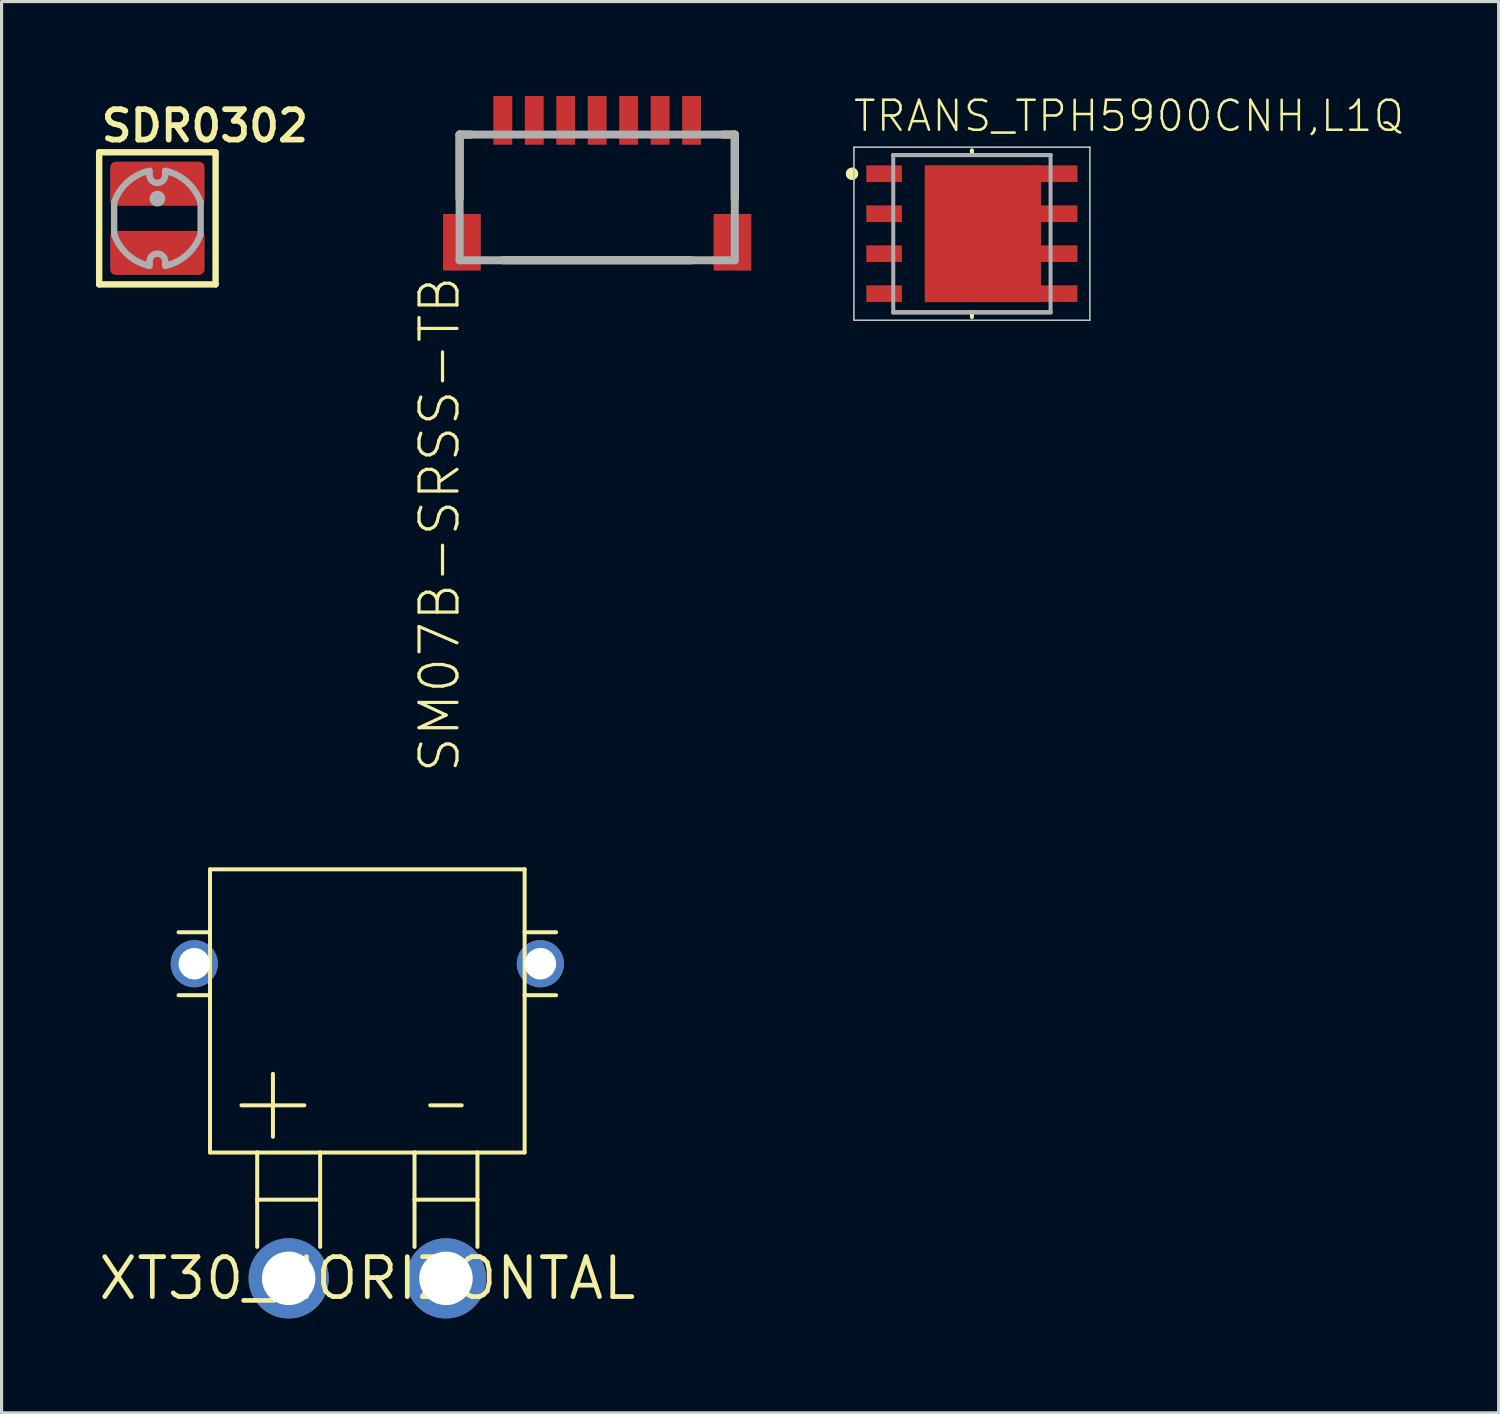
<source format=kicad_pcb>
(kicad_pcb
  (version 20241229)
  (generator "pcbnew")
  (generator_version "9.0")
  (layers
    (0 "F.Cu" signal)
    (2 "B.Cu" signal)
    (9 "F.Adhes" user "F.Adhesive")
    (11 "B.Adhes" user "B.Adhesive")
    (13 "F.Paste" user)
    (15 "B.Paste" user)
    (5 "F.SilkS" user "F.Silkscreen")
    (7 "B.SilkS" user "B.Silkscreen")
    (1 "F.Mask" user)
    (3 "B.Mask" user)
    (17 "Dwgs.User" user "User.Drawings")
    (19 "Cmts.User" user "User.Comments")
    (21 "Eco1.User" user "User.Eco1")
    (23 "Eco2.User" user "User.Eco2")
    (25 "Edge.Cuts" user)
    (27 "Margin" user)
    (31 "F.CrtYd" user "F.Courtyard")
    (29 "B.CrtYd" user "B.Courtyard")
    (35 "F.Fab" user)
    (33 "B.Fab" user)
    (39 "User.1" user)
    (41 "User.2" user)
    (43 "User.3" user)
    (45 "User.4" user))
  (footprint "SDR0302"
    (layer "F.Cu")
    (at 1.952 3.889)
    (property "Reference" "SDR0302" (at -1.875 -2.375 0) (layer "F.SilkS") (effects (font (size 0.965 0.965) (thickness 0.183)) (justify left bottom)))
    (attr through_hole)
    (fp_line (start -1.85 -2.1) (end 1.85 -2.1) (stroke (width 0.203) (type solid)) (layer "F.SilkS"))
    (fp_line (start -1.85 2.1) (end -1.85 -2.1) (stroke (width 0.203) (type solid)) (layer "F.SilkS"))
    (fp_line (start 1.85 -2.1) (end 1.85 2.1) (stroke (width 0.203) (type solid)) (layer "F.SilkS"))
    (fp_line (start 1.85 2.1) (end -1.85 2.1) (stroke (width 0.203) (type solid)) (layer "F.SilkS"))
    (fp_line (start -1.375 -0.5) (end -1.375 0.5) (stroke (width 0.203) (type solid)) (layer "F.Fab"))
    (fp_line (start -0.25 -1.5) (end -0.25 -1.375) (stroke (width 0.203) (type solid)) (layer "F.Fab"))
    (fp_line (start -0.25 1.5) (end -0.25 1.375) (stroke (width 0.203) (type solid)) (layer "F.Fab"))
    (fp_line (start 0.25 -1.375) (end 0.25 -1.5) (stroke (width 0.203) (type solid)) (layer "F.Fab"))
    (fp_line (start 0.25 1.375) (end 0.25 1.5) (stroke (width 0.203) (type solid)) (layer "F.Fab"))
    (fp_line (start 1.375 -0.5) (end 1.375 0.5) (stroke (width 0.203) (type solid)) (layer "F.Fab"))
    (fp_arc (start -1.375001 -0.5) (mid -0.945119 -1.153604) (end -0.25 -1.5125) (stroke (width 0.2032) (type solid)) (layer "F.Fab"))
    (fp_arc (start -0.25 1.375) (mid 0 1.125) (end 0.25 1.375) (stroke (width 0.2032) (type solid)) (layer "F.Fab"))
    (fp_arc (start -0.25 1.5125) (mid -0.945119 1.153604) (end -1.375001 0.5) (stroke (width 0.2032) (type solid)) (layer "F.Fab"))
    (fp_arc (start 0.25 -1.5125) (mid 0.945119 -1.153604) (end 1.375001 -0.5) (stroke (width 0.2032) (type solid)) (layer "F.Fab"))
    (fp_arc (start 0.25 -1.375) (mid 0 -1.125) (end -0.25 -1.375) (stroke (width 0.2032) (type solid)) (layer "F.Fab"))
    (fp_arc (start 1.375001 0.5) (mid 0.945119 1.153604) (end 0.25 1.5125) (stroke (width 0.2032) (type solid)) (layer "F.Fab"))
    (fp_circle (center 0 -0.625) (end 0.25 -0.625) (stroke (width 0) (type solid)) (fill yes) (layer "F.Fab"))
    (pad "1" smd roundrect (at 0 -1.1) (size 3 1.4) (layers "F.Cu" "F.Mask" "F.Paste") (roundrect_rratio 0.125))
    (pad "2" smd roundrect (at 0 1.1) (size 3 1.4) (layers "F.Cu" "F.Mask" "F.Paste") (roundrect_rratio 0.125)))
  (footprint "TRANS_TPH5900CNH,L1Q"
    (layer "F.Cu")
    (at 27.841 4.378)
    (property "Reference" "TRANS_TPH5900CNH,L1Q" (at -3.821 -3.184 0) (layer "F.SilkS") (effects (font (size 0.953 0.953) (thickness 0.08)) (justify left bottom)))
    (attr through_hole)
    (fp_line (start 0 -2.5) (end -2.5 -2.5) (stroke (width 0.127) (type solid)) (layer "F.SilkS"))
    (fp_line (start 0 -2.5) (end 0 -2.65) (stroke (width 0.127) (type solid)) (layer "F.SilkS"))
    (fp_line (start 0 2.5) (end -2.5 2.5) (stroke (width 0.127) (type solid)) (layer "F.SilkS"))
    (fp_line (start 0 2.5) (end 0 2.65) (stroke (width 0.127) (type solid)) (layer "F.SilkS"))
    (fp_line (start 2.5 -2.5) (end 0 -2.5) (stroke (width 0.127) (type solid)) (layer "F.SilkS"))
    (fp_line (start 2.5 2.5) (end 0 2.5) (stroke (width 0.127) (type solid)) (layer "F.SilkS"))
    (fp_circle (center -3.81 -1.905) (end -3.71 -1.905) (stroke (width 0.2) (type solid)) (fill no) (layer "F.SilkS"))
    (fp_poly (pts (xy -0.838 -1.48) (xy -0.838 1.483) (xy 1.536 1.483) (xy 1.536 -1.48)) (stroke (width 0) (type solid)) (fill yes) (layer "F.Paste"))
    (fp_line (start -3.75 -2.75) (end -3.75 2.75) (stroke (width 0.05) (type solid)) (layer "Dwgs.User"))
    (fp_line (start -3.75 2.75) (end 3.75 2.75) (stroke (width 0.05) (type solid)) (layer "Dwgs.User"))
    (fp_line (start 3.75 -2.75) (end -3.75 -2.75) (stroke (width 0.05) (type solid)) (layer "Dwgs.User"))
    (fp_line (start 3.75 2.75) (end 3.75 -2.75) (stroke (width 0.05) (type solid)) (layer "Dwgs.User"))
    (fp_line (start -2.5 -2.5) (end -2.5 2.5) (stroke (width 0.127) (type solid)) (layer "F.Fab"))
    (fp_line (start -2.5 2.5) (end 2.5 2.5) (stroke (width 0.127) (type solid)) (layer "F.Fab"))
    (fp_line (start 2.5 -2.5) (end -2.5 -2.5) (stroke (width 0.127) (type solid)) (layer "F.Fab"))
    (fp_line (start 2.5 2.5) (end 2.5 -2.5) (stroke (width 0.127) (type solid)) (layer "F.Fab"))
    (pad "1" smd rect (at -2.79 -1.905) (size 1.13 0.53) (layers "F.Cu" "F.Mask" "F.Paste"))
    (pad "2" smd rect (at -2.79 -0.635) (size 1.13 0.53) (layers "F.Cu" "F.Mask" "F.Paste"))
    (pad "3" smd rect (at -2.79 0.635) (size 1.13 0.53) (layers "F.Cu" "F.Mask" "F.Paste"))
    (pad "4" smd rect (at -2.79 1.905) (size 1.13 0.53) (layers "F.Cu" "F.Mask" "F.Paste"))
    (pad "5" smd rect (at 2.69 1.905) (size 1.33 0.53) (layers "F.Cu" "F.Mask" "F.Paste"))
    (pad "6" smd rect (at 2.69 0.635) (size 1.33 0.53) (layers "F.Cu" "F.Mask" "F.Paste"))
    (pad "7" smd rect (at 2.69 -0.635) (size 1.33 0.53) (layers "F.Cu" "F.Mask" "F.Paste"))
    (pad "8" smd rect (at 2.69 -1.905) (size 1.33 0.53) (layers "F.Cu" "F.Mask" "F.Paste"))
    (pad "EP" smd rect (at 0.35 0) (size 3.7 4.35) (layers "F.Cu" "F.Mask")))
  (footprint "SM07B-SRSS-TB"
    (layer "F.Cu")
    (at 15.931 3.75)
    (property "Reference" "SM07B-SRSS-TB" (at -5.715 1.905 90) (layer "F.SilkS") (effects (font (size 1.206 1.206) (thickness 0.102)) (justify right top)))
    (attr through_hole)
    (fp_line (start -4.373 -2.523) (end -4 -2.523) (stroke (width 0.254) (type solid)) (layer "F.SilkS"))
    (fp_line (start -4.373 -0.5) (end -4.373 -2.523) (stroke (width 0.254) (type solid)) (layer "F.SilkS"))
    (fp_line (start -3 1.473) (end 3 1.473) (stroke (width 0.254) (type solid)) (layer "F.SilkS"))
    (fp_line (start 4.373 -2.523) (end 4 -2.523) (stroke (width 0.254) (type solid)) (layer "F.SilkS"))
    (fp_line (start 4.373 -0.5) (end 4.373 -2.523) (stroke (width 0.254) (type solid)) (layer "F.SilkS"))
    (fp_line (start -4.373 -2.523) (end 4.373 -2.523) (stroke (width 0.254) (type solid)) (layer "F.Fab"))
    (fp_line (start -4.373 1.473) (end -4.373 -2.523) (stroke (width 0.254) (type solid)) (layer "F.Fab"))
    (fp_line (start 4.373 -2.523) (end 4.373 1.473) (stroke (width 0.254) (type solid)) (layer "F.Fab"))
    (fp_line (start 4.373 1.473) (end -4.373 1.473) (stroke (width 0.254) (type solid)) (layer "F.Fab"))
    (pad "1" smd rect (at -3 -2.975) (size 0.6 1.55) (layers "F.Cu" "F.Mask" "F.Paste"))
    (pad "2" smd rect (at -2 -2.975) (size 0.6 1.55) (layers "F.Cu" "F.Mask" "F.Paste"))
    (pad "3" smd rect (at -1 -2.975) (size 0.6 1.55) (layers "F.Cu" "F.Mask" "F.Paste"))
    (pad "4" smd rect (at 0 -2.975) (size 0.6 1.55) (layers "F.Cu" "F.Mask" "F.Paste"))
    (pad "5" smd rect (at 1 -2.975) (size 0.6 1.55) (layers "F.Cu" "F.Mask" "F.Paste"))
    (pad "6" smd rect (at 2 -2.975) (size 0.6 1.55) (layers "F.Cu" "F.Mask" "F.Paste"))
    (pad "7" smd rect (at 3 -2.975) (size 0.6 1.55) (layers "F.Cu" "F.Mask" "F.Paste"))
    (pad "FIT@1" smd rect (at -4.3 0.9) (size 1.2 1.8) (layers "F.Cu" "F.Mask" "F.Paste"))
    (pad "FIT@2" smd rect (at 4.3 0.9) (size 1.2 1.8) (layers "F.Cu" "F.Mask" "F.Paste")))
  (footprint "XT30_HORIZONTAL"
    (layer "F.Cu")
    (at 8.625 37.581)
    (property "Reference" "XT30_HORIZONTAL" (at 0 0 0) (layer "F.SilkS") (effects (font (size 1.27 1.27) (thickness 0.15))))
    (attr through_hole)
    (fp_line (start -5 -13) (end -5 -11) (stroke (width 0.127) (type solid)) (layer "F.SilkS"))
    (fp_line (start -5 -11) (end -6 -11) (stroke (width 0.127) (type solid)) (layer "F.SilkS"))
    (fp_line (start -5 -11) (end -5 -9) (stroke (width 0.127) (type solid)) (layer "F.SilkS"))
    (fp_line (start -5 -9) (end -6 -9) (stroke (width 0.127) (type solid)) (layer "F.SilkS"))
    (fp_line (start -5 -9) (end -5 -4) (stroke (width 0.127) (type solid)) (layer "F.SilkS"))
    (fp_line (start -5 -4) (end -3.5 -4) (stroke (width 0.127) (type solid)) (layer "F.SilkS"))
    (fp_line (start -4 -5.5) (end -2 -5.5) (stroke (width 0.127) (type solid)) (layer "F.SilkS"))
    (fp_line (start -3.5 -4) (end -3.5 -2.5) (stroke (width 0.127) (type solid)) (layer "F.SilkS"))
    (fp_line (start -3.5 -4) (end -1.5 -4) (stroke (width 0.127) (type solid)) (layer "F.SilkS"))
    (fp_line (start -3.5 -2.5) (end -3.5 -1) (stroke (width 0.127) (type solid)) (layer "F.SilkS"))
    (fp_line (start -3.5 -2.5) (end -1.5 -2.5) (stroke (width 0.127) (type solid)) (layer "F.SilkS"))
    (fp_line (start -3 -6.5) (end -3 -4.5) (stroke (width 0.127) (type solid)) (layer "F.SilkS"))
    (fp_line (start -1.5 -4) (end -1.5 -2.5) (stroke (width 0.127) (type solid)) (layer "F.SilkS"))
    (fp_line (start -1.5 -4) (end 1.5 -4) (stroke (width 0.127) (type solid)) (layer "F.SilkS"))
    (fp_line (start -1.5 -2.5) (end -1.5 -1) (stroke (width 0.127) (type solid)) (layer "F.SilkS"))
    (fp_line (start 1.5 -4) (end 1.5 -2.5) (stroke (width 0.127) (type solid)) (layer "F.SilkS"))
    (fp_line (start 1.5 -4) (end 3.5 -4) (stroke (width 0.127) (type solid)) (layer "F.SilkS"))
    (fp_line (start 1.5 -2.5) (end 1.5 -1) (stroke (width 0.127) (type solid)) (layer "F.SilkS"))
    (fp_line (start 1.5 -2.5) (end 3.5 -2.5) (stroke (width 0.127) (type solid)) (layer "F.SilkS"))
    (fp_line (start 2 -5.5) (end 3 -5.5) (stroke (width 0.127) (type solid)) (layer "F.SilkS"))
    (fp_line (start 3.5 -4) (end 3.5 -2.5) (stroke (width 0.127) (type solid)) (layer "F.SilkS"))
    (fp_line (start 3.5 -4) (end 5 -4) (stroke (width 0.127) (type solid)) (layer "F.SilkS"))
    (fp_line (start 3.5 -2.5) (end 3.5 -1) (stroke (width 0.127) (type solid)) (layer "F.SilkS"))
    (fp_line (start 5 -13) (end -5 -13) (stroke (width 0.127) (type solid)) (layer "F.SilkS"))
    (fp_line (start 5 -11) (end 5 -13) (stroke (width 0.127) (type solid)) (layer "F.SilkS"))
    (fp_line (start 5 -11) (end 6 -11) (stroke (width 0.127) (type solid)) (layer "F.SilkS"))
    (fp_line (start 5 -9) (end 5 -11) (stroke (width 0.127) (type solid)) (layer "F.SilkS"))
    (fp_line (start 5 -9) (end 6 -9) (stroke (width 0.127) (type solid)) (layer "F.SilkS"))
    (fp_line (start 5 -4) (end 5 -9) (stroke (width 0.127) (type solid)) (layer "F.SilkS"))
    (pad "+" thru_hole circle (at -2.5 0) (size 2.55 2.55) (drill 1.7) (layers "*.Cu" "*.Mask"))
    (pad "-" thru_hole circle (at 2.5 0) (size 2.55 2.55) (drill 1.7) (layers "*.Cu" "*.Mask"))
    (pad "P$3" thru_hole circle (at 5.5 -10) (size 1.5 1.5) (drill 1) (layers "*.Cu" "*.Mask"))
    (pad "P$4" thru_hole circle (at -5.5 -10) (size 1.5 1.5) (drill 1) (layers "*.Cu" "*.Mask")))
  (gr_rect
    (start -3 -3)
    (end 44.583 41.856)
    (stroke (width 0.1) (type default))
    (fill no)
    (layer "Edge.Cuts")))
</source>
